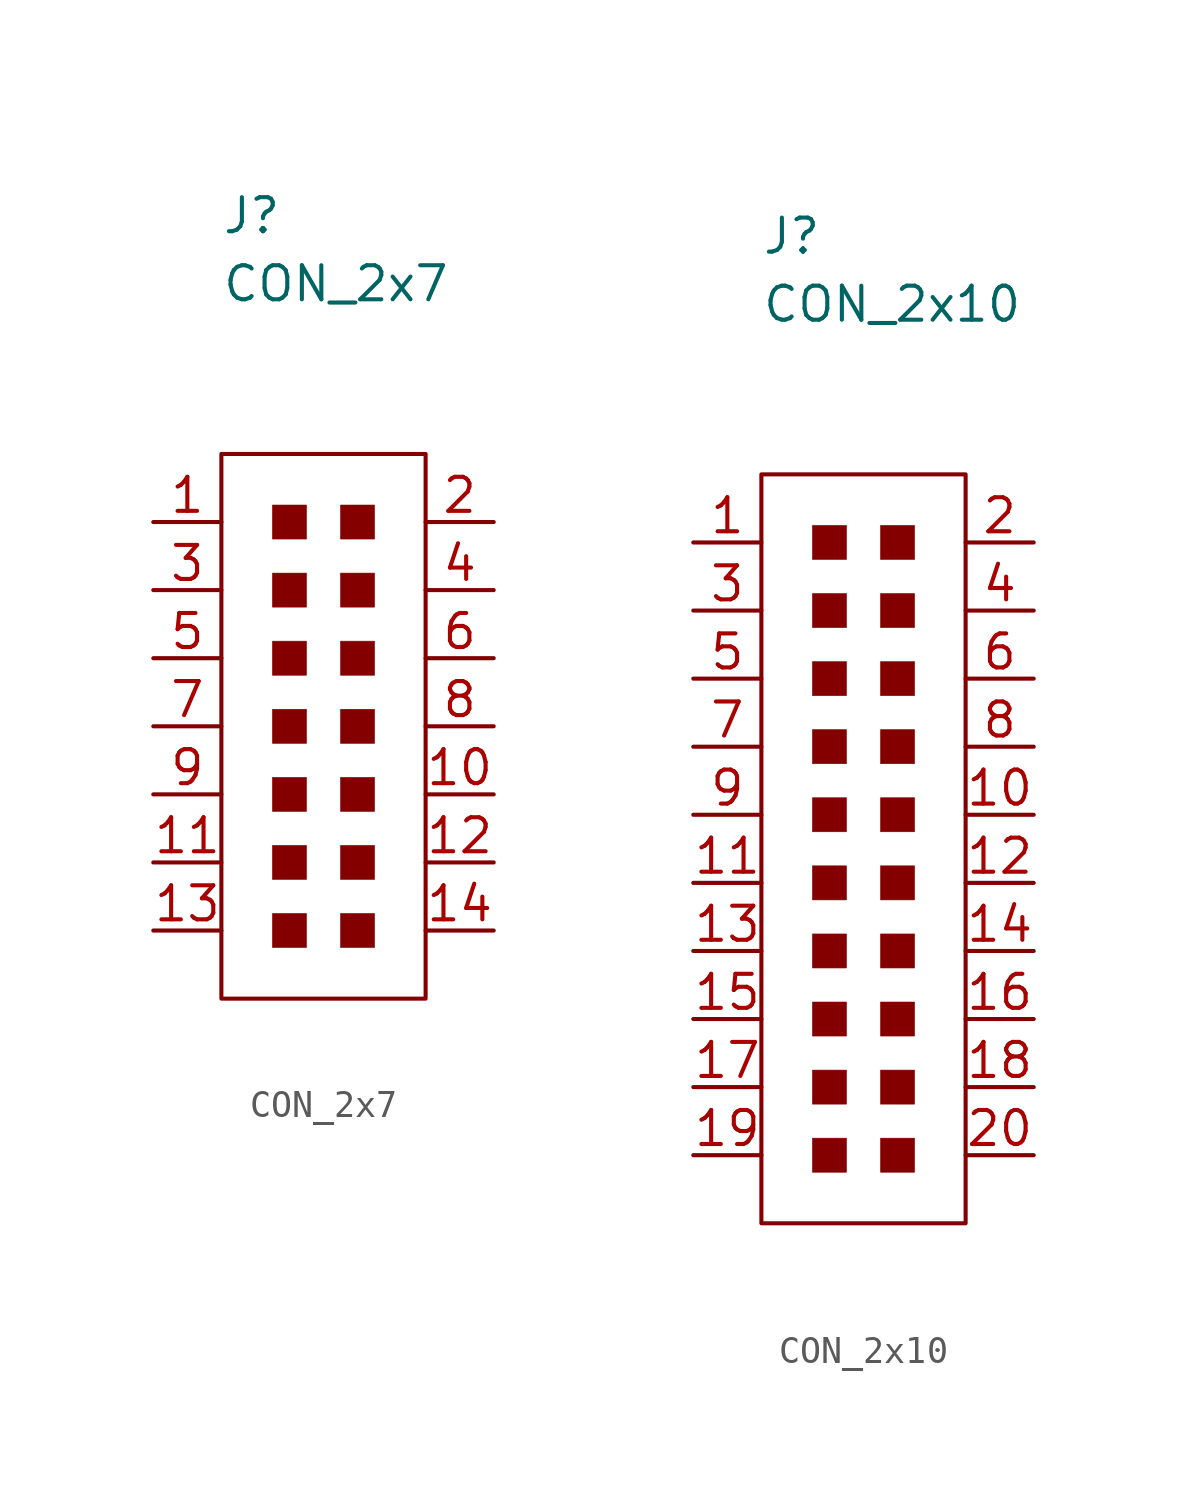
<source format=kicad_sym>
(kicad_symbol_lib
  (version 20211014)
  (generator kicad_symbol_editor)
  (symbol "CON_2x7"
    (pin_names
      (offset 1.016))
    (property "Reference" "J"
      (at -5.08 19.05 0)
      (effects (font (size 1.27 1.27)) (justify left)))
    (property "Value" "CON_2x7"
      (at -5.08 16.51 0)
      (effects (font (size 1.27 1.27)) (justify left)))
    (symbol "CON_2x7_0_1"
      (rectangle (start -5.08 10.16) (end 2.54 -10.16) (stroke (width 0.152) (type default) (color 0 0 0 0)) (fill (type none)))
      (rectangle (start -3.175 -6.985) (end -1.905 -8.255) (stroke (width 0.001) (type default) (color 0 0 0 0)) (fill (type outline)))
      (rectangle (start -3.175 -4.445) (end -1.905 -5.715) (stroke (width 0.001) (type default) (color 0 0 0 0)) (fill (type outline)))
      (rectangle (start -3.175 -1.905) (end -1.905 -3.175) (stroke (width 0.001) (type default) (color 0 0 0 0)) (fill (type outline)))
      (rectangle (start -3.175 0.635) (end -1.905 -0.635) (stroke (width 0.001) (type default) (color 0 0 0 0)) (fill (type outline)))
      (rectangle (start -3.175 3.175) (end -1.905 1.905) (stroke (width 0.001) (type default) (color 0 0 0 0)) (fill (type outline)))
      (rectangle (start -3.175 5.715) (end -1.905 4.445) (stroke (width 0.001) (type default) (color 0 0 0 0)) (fill (type outline)))
      (rectangle (start -3.175 8.255) (end -1.905 6.985) (stroke (width 0.001) (type default) (color 0 0 0 0)) (fill (type outline)))
      (rectangle (start -0.635 -6.985) (end 0.635 -8.255) (stroke (width 0.001) (type default) (color 0 0 0 0)) (fill (type outline)))
      (rectangle (start -0.635 -4.445) (end 0.635 -5.715) (stroke (width 0.001) (type default) (color 0 0 0 0)) (fill (type outline)))
      (rectangle (start -0.635 -1.905) (end 0.635 -3.175) (stroke (width 0.001) (type default) (color 0 0 0 0)) (fill (type outline)))
      (rectangle (start -0.635 0.635) (end 0.635 -0.635) (stroke (width 0.001) (type default) (color 0 0 0 0)) (fill (type outline)))
      (rectangle (start -0.635 3.175) (end 0.635 1.905) (stroke (width 0.001) (type default) (color 0 0 0 0)) (fill (type outline)))
      (rectangle (start -0.635 5.715) (end 0.635 4.445) (stroke (width 0.001) (type default) (color 0 0 0 0)) (fill (type outline)))
      (rectangle (start -0.635 8.255) (end 0.635 6.985) (stroke (width 0.001) (type default) (color 0 0 0 0)) (fill (type outline))))
    (symbol "CON_2x7_1_1"
      (pin passive line (at -7.62 7.62 0) (length 2.54) (name "~" (effects (font (size 1.27 1.27)))) (number "1" (effects (font (size 1.27 1.27)))))
      (pin passive line (at 5.08 -2.54 180) (length 2.54) (name "~" (effects (font (size 1.27 1.27)))) (number "10" (effects (font (size 1.27 1.27)))))
      (pin passive line (at -7.62 -5.08 0) (length 2.54) (name "~" (effects (font (size 1.27 1.27)))) (number "11" (effects (font (size 1.27 1.27)))))
      (pin passive line (at 5.08 -5.08 180) (length 2.54) (name "~" (effects (font (size 1.27 1.27)))) (number "12" (effects (font (size 1.27 1.27)))))
      (pin passive line (at -7.62 -7.62 0) (length 2.54) (name "~" (effects (font (size 1.27 1.27)))) (number "13" (effects (font (size 1.27 1.27)))))
      (pin passive line (at 5.08 -7.62 180) (length 2.54) (name "~" (effects (font (size 1.27 1.27)))) (number "14" (effects (font (size 1.27 1.27)))))
      (pin passive line (at 5.08 7.62 180) (length 2.54) (name "~" (effects (font (size 1.27 1.27)))) (number "2" (effects (font (size 1.27 1.27)))))
      (pin passive line (at -7.62 5.08 0) (length 2.54) (name "~" (effects (font (size 1.27 1.27)))) (number "3" (effects (font (size 1.27 1.27)))))
      (pin passive line (at 5.08 5.08 180) (length 2.54) (name "~" (effects (font (size 1.27 1.27)))) (number "4" (effects (font (size 1.27 1.27)))))
      (pin passive line (at -7.62 2.54 0) (length 2.54) (name "~" (effects (font (size 1.27 1.27)))) (number "5" (effects (font (size 1.27 1.27)))))
      (pin passive line (at 5.08 2.54 180) (length 2.54) (name "~" (effects (font (size 1.27 1.27)))) (number "6" (effects (font (size 1.27 1.27)))))
      (pin passive line (at -7.62 0 0) (length 2.54) (name "~" (effects (font (size 1.27 1.27)))) (number "7" (effects (font (size 1.27 1.27)))))
      (pin passive line (at 5.08 0 180) (length 2.54) (name "~" (effects (font (size 1.27 1.27)))) (number "8" (effects (font (size 1.27 1.27)))))
      (pin passive line (at -7.62 -2.54 0) (length 2.54) (name "~" (effects (font (size 1.27 1.27)))) (number "9" (effects (font (size 1.27 1.27)))))))
  (symbol "CON_2x10"
    (pin_names
      (offset 1.016))
    (property "Reference" "J"
      (at -5.08 24.13 0)
      (effects (font (size 1.27 1.27)) (justify left)))
    (property "Value" "CON_2x10"
      (at -5.08 21.59 0)
      (effects (font (size 1.27 1.27)) (justify left)))
    (symbol "CON_2x10_0_1"
      (rectangle (start -5.08 15.24) (end 2.54 -12.7) (stroke (width 0.152) (type default) (color 0 0 0 0)) (fill (type none)))
      (rectangle (start -3.175 -9.525) (end -1.905 -10.795) (stroke (width 0.001) (type default) (color 0 0 0 0)) (fill (type outline)))
      (rectangle (start -3.175 -6.985) (end -1.905 -8.255) (stroke (width 0.001) (type default) (color 0 0 0 0)) (fill (type outline)))
      (rectangle (start -3.175 -4.445) (end -1.905 -5.715) (stroke (width 0.001) (type default) (color 0 0 0 0)) (fill (type outline)))
      (rectangle (start -3.175 -1.905) (end -1.905 -3.175) (stroke (width 0.001) (type default) (color 0 0 0 0)) (fill (type outline)))
      (rectangle (start -3.175 0.635) (end -1.905 -0.635) (stroke (width 0.001) (type default) (color 0 0 0 0)) (fill (type outline)))
      (rectangle (start -3.175 3.175) (end -1.905 1.905) (stroke (width 0.001) (type default) (color 0 0 0 0)) (fill (type outline)))
      (rectangle (start -3.175 5.715) (end -1.905 4.445) (stroke (width 0.001) (type default) (color 0 0 0 0)) (fill (type outline)))
      (rectangle (start -3.175 8.255) (end -1.905 6.985) (stroke (width 0.001) (type default) (color 0 0 0 0)) (fill (type outline)))
      (rectangle (start -3.175 10.795) (end -1.905 9.525) (stroke (width 0.001) (type default) (color 0 0 0 0)) (fill (type outline)))
      (rectangle (start -3.175 13.335) (end -1.905 12.065) (stroke (width 0.001) (type default) (color 0 0 0 0)) (fill (type outline)))
      (rectangle (start -0.635 -9.525) (end 0.635 -10.795) (stroke (width 0.001) (type default) (color 0 0 0 0)) (fill (type outline)))
      (rectangle (start -0.635 -6.985) (end 0.635 -8.255) (stroke (width 0.001) (type default) (color 0 0 0 0)) (fill (type outline)))
      (rectangle (start -0.635 -4.445) (end 0.635 -5.715) (stroke (width 0.001) (type default) (color 0 0 0 0)) (fill (type outline)))
      (rectangle (start -0.635 -1.905) (end 0.635 -3.175) (stroke (width 0.001) (type default) (color 0 0 0 0)) (fill (type outline)))
      (rectangle (start -0.635 0.635) (end 0.635 -0.635) (stroke (width 0.001) (type default) (color 0 0 0 0)) (fill (type outline)))
      (rectangle (start -0.635 3.175) (end 0.635 1.905) (stroke (width 0.001) (type default) (color 0 0 0 0)) (fill (type outline)))
      (rectangle (start -0.635 5.715) (end 0.635 4.445) (stroke (width 0.001) (type default) (color 0 0 0 0)) (fill (type outline)))
      (rectangle (start -0.635 8.255) (end 0.635 6.985) (stroke (width 0.001) (type default) (color 0 0 0 0)) (fill (type outline)))
      (rectangle (start -0.635 10.795) (end 0.635 9.525) (stroke (width 0.001) (type default) (color 0 0 0 0)) (fill (type outline)))
      (rectangle (start -0.635 13.335) (end 0.635 12.065) (stroke (width 0.001) (type default) (color 0 0 0 0)) (fill (type outline))))
    (symbol "CON_2x10_1_1"
      (pin passive line (at -7.62 12.7 0) (length 2.54) (name "~" (effects (font (size 1.27 1.27)))) (number "1" (effects (font (size 1.27 1.27)))))
      (pin passive line (at 5.08 2.54 180) (length 2.54) (name "~" (effects (font (size 1.27 1.27)))) (number "10" (effects (font (size 1.27 1.27)))))
      (pin passive line (at -7.62 0 0) (length 2.54) (name "~" (effects (font (size 1.27 1.27)))) (number "11" (effects (font (size 1.27 1.27)))))
      (pin passive line (at 5.08 0 180) (length 2.54) (name "~" (effects (font (size 1.27 1.27)))) (number "12" (effects (font (size 1.27 1.27)))))
      (pin passive line (at -7.62 -2.54 0) (length 2.54) (name "~" (effects (font (size 1.27 1.27)))) (number "13" (effects (font (size 1.27 1.27)))))
      (pin passive line (at 5.08 -2.54 180) (length 2.54) (name "~" (effects (font (size 1.27 1.27)))) (number "14" (effects (font (size 1.27 1.27)))))
      (pin passive line (at -7.62 -5.08 0) (length 2.54) (name "~" (effects (font (size 1.27 1.27)))) (number "15" (effects (font (size 1.27 1.27)))))
      (pin passive line (at 5.08 -5.08 180) (length 2.54) (name "~" (effects (font (size 1.27 1.27)))) (number "16" (effects (font (size 1.27 1.27)))))
      (pin passive line (at -7.62 -7.62 0) (length 2.54) (name "~" (effects (font (size 1.27 1.27)))) (number "17" (effects (font (size 1.27 1.27)))))
      (pin passive line (at 5.08 -7.62 180) (length 2.54) (name "~" (effects (font (size 1.27 1.27)))) (number "18" (effects (font (size 1.27 1.27)))))
      (pin passive line (at -7.62 -10.16 0) (length 2.54) (name "~" (effects (font (size 1.27 1.27)))) (number "19" (effects (font (size 1.27 1.27)))))
      (pin passive line (at 5.08 12.7 180) (length 2.54) (name "~" (effects (font (size 1.27 1.27)))) (number "2" (effects (font (size 1.27 1.27)))))
      (pin passive line (at 5.08 -10.16 180) (length 2.54) (name "~" (effects (font (size 1.27 1.27)))) (number "20" (effects (font (size 1.27 1.27)))))
      (pin passive line (at -7.62 10.16 0) (length 2.54) (name "~" (effects (font (size 1.27 1.27)))) (number "3" (effects (font (size 1.27 1.27)))))
      (pin passive line (at 5.08 10.16 180) (length 2.54) (name "~" (effects (font (size 1.27 1.27)))) (number "4" (effects (font (size 1.27 1.27)))))
      (pin passive line (at -7.62 7.62 0) (length 2.54) (name "~" (effects (font (size 1.27 1.27)))) (number "5" (effects (font (size 1.27 1.27)))))
      (pin passive line (at 5.08 7.62 180) (length 2.54) (name "~" (effects (font (size 1.27 1.27)))) (number "6" (effects (font (size 1.27 1.27)))))
      (pin passive line (at -7.62 5.08 0) (length 2.54) (name "~" (effects (font (size 1.27 1.27)))) (number "7" (effects (font (size 1.27 1.27)))))
      (pin passive line (at 5.08 5.08 180) (length 2.54) (name "~" (effects (font (size 1.27 1.27)))) (number "8" (effects (font (size 1.27 1.27)))))
      (pin passive line (at -7.62 2.54 0) (length 2.54) (name "~" (effects (font (size 1.27 1.27)))) (number "9" (effects (font (size 1.27 1.27))))))))
</source>
